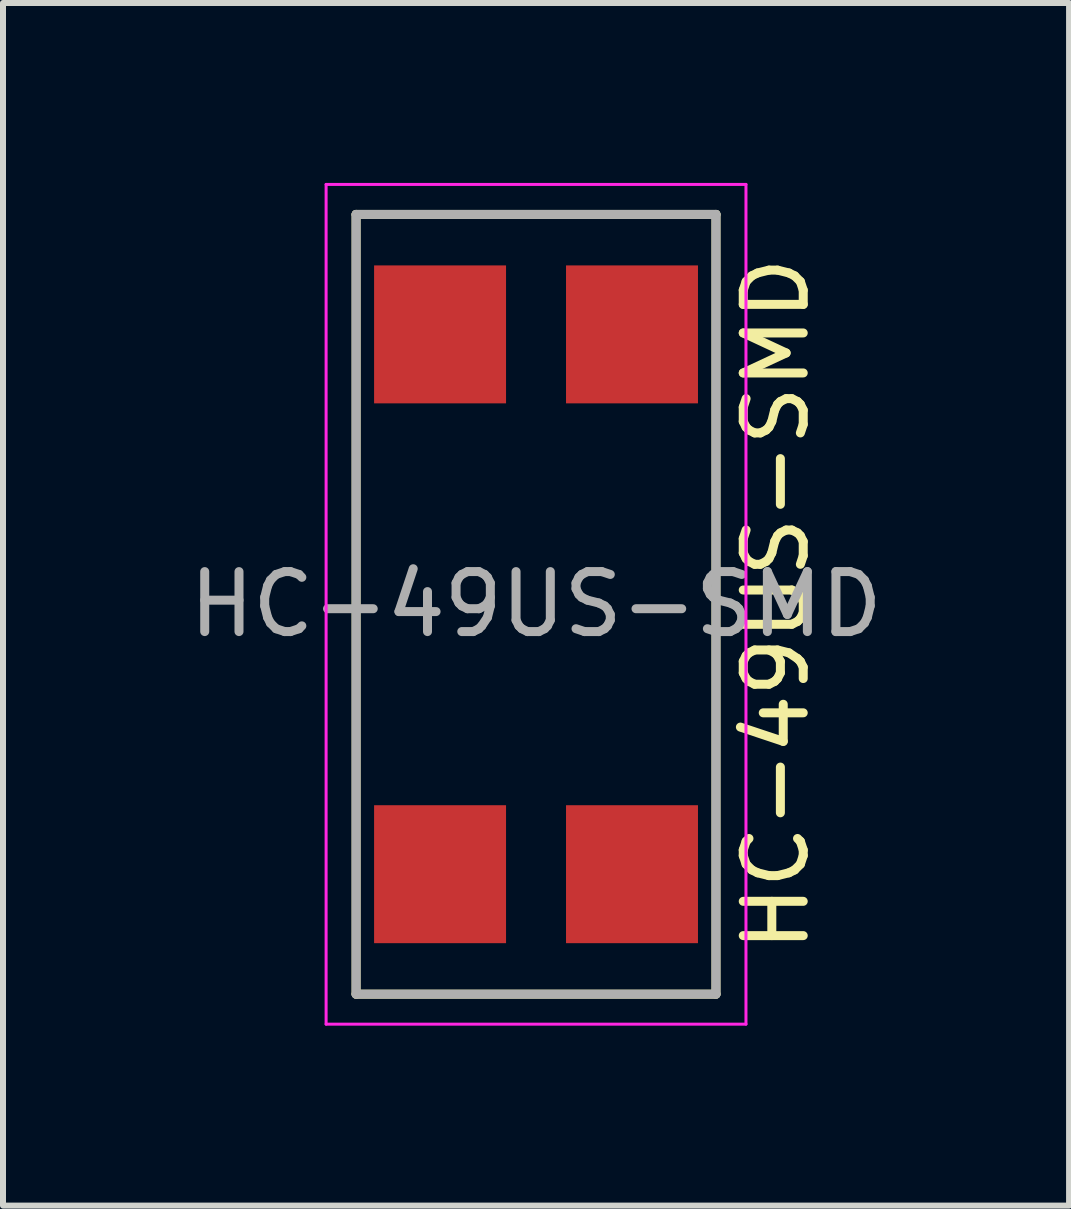
<source format=kicad_pcb>
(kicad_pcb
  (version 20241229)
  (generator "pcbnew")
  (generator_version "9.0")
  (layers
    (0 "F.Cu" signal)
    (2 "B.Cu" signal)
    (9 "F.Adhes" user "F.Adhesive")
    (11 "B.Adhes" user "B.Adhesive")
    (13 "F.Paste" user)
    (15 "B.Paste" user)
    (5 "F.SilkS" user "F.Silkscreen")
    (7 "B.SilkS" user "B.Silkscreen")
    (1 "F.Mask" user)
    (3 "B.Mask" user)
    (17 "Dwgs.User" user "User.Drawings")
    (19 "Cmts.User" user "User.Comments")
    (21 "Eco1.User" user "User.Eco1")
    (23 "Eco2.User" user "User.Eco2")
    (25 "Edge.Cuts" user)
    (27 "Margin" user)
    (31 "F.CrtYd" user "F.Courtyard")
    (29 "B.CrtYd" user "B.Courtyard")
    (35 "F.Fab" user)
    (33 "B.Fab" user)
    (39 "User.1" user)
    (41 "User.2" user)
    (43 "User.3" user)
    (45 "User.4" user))
  (footprint "HC-49US-SMD"
    (layer "F.Cu")
    (at 5.887 7.025)
    (property "Reference" "HC-49US-SMD" (at 4 0 90) (layer "F.SilkS") (effects (font (size 1 1) (thickness 0.15))))
    (attr through_hole)
    (fp_line (start -3 -6.5) (end 3 -6.5) (stroke (width 0.15) (type solid)) (layer "F.SilkS"))
    (fp_line (start -3 6.5) (end -3 -6.5) (stroke (width 0.15) (type solid)) (layer "F.SilkS"))
    (fp_line (start 3 -6.5) (end 3 6.5) (stroke (width 0.15) (type solid)) (layer "F.SilkS"))
    (fp_line (start 3 6.5) (end -3 6.5) (stroke (width 0.15) (type solid)) (layer "F.SilkS"))
    (fp_line (start -3.5 -7) (end 3.5 -7) (stroke (width 0.05) (type solid)) (layer "F.CrtYd"))
    (fp_line (start -3.5 7) (end -3.5 -7) (stroke (width 0.05) (type solid)) (layer "F.CrtYd"))
    (fp_line (start -3.5 7) (end 3.5 7) (stroke (width 0.05) (type solid)) (layer "F.CrtYd"))
    (fp_line (start 3.5 7) (end 3.5 -7) (stroke (width 0.05) (type solid)) (layer "F.CrtYd"))
    (fp_line (start -3 -6.5) (end 3 -6.5) (stroke (width 0.15) (type solid)) (layer "F.Fab"))
    (fp_line (start -3 6.5) (end -3 -6.5) (stroke (width 0.15) (type solid)) (layer "F.Fab"))
    (fp_line (start 3 -6.5) (end 3 6.5) (stroke (width 0.15) (type solid)) (layer "F.Fab"))
    (fp_line (start 3 6.5) (end -3 6.5) (stroke (width 0.15) (type solid)) (layer "F.Fab"))
    (fp_text user "${REFERENCE}" (at 0 0 0) (layer "F.Fab") (effects (font (size 1 1) (thickness 0.15))))
    (pad "1" smd rect (at -1.6 -4.5) (size 2.2 2.3) (layers "F.Cu" "F.Mask" "F.Paste"))
    (pad "1" smd rect (at 1.6 -4.5) (size 2.2 2.3) (layers "F.Cu" "F.Mask" "F.Paste"))
    (pad "2" smd rect (at -1.6 4.5) (size 2.2 2.3) (layers "F.Cu" "F.Mask" "F.Paste"))
    (pad "2" smd rect (at 1.6 4.5) (size 2.2 2.3) (layers "F.Cu" "F.Mask" "F.Paste")))
  (gr_rect
    (start -3 -3)
    (end 14.774 17.05)
    (stroke (width 0.1) (type default))
    (fill no)
    (layer "Edge.Cuts")))
</source>
